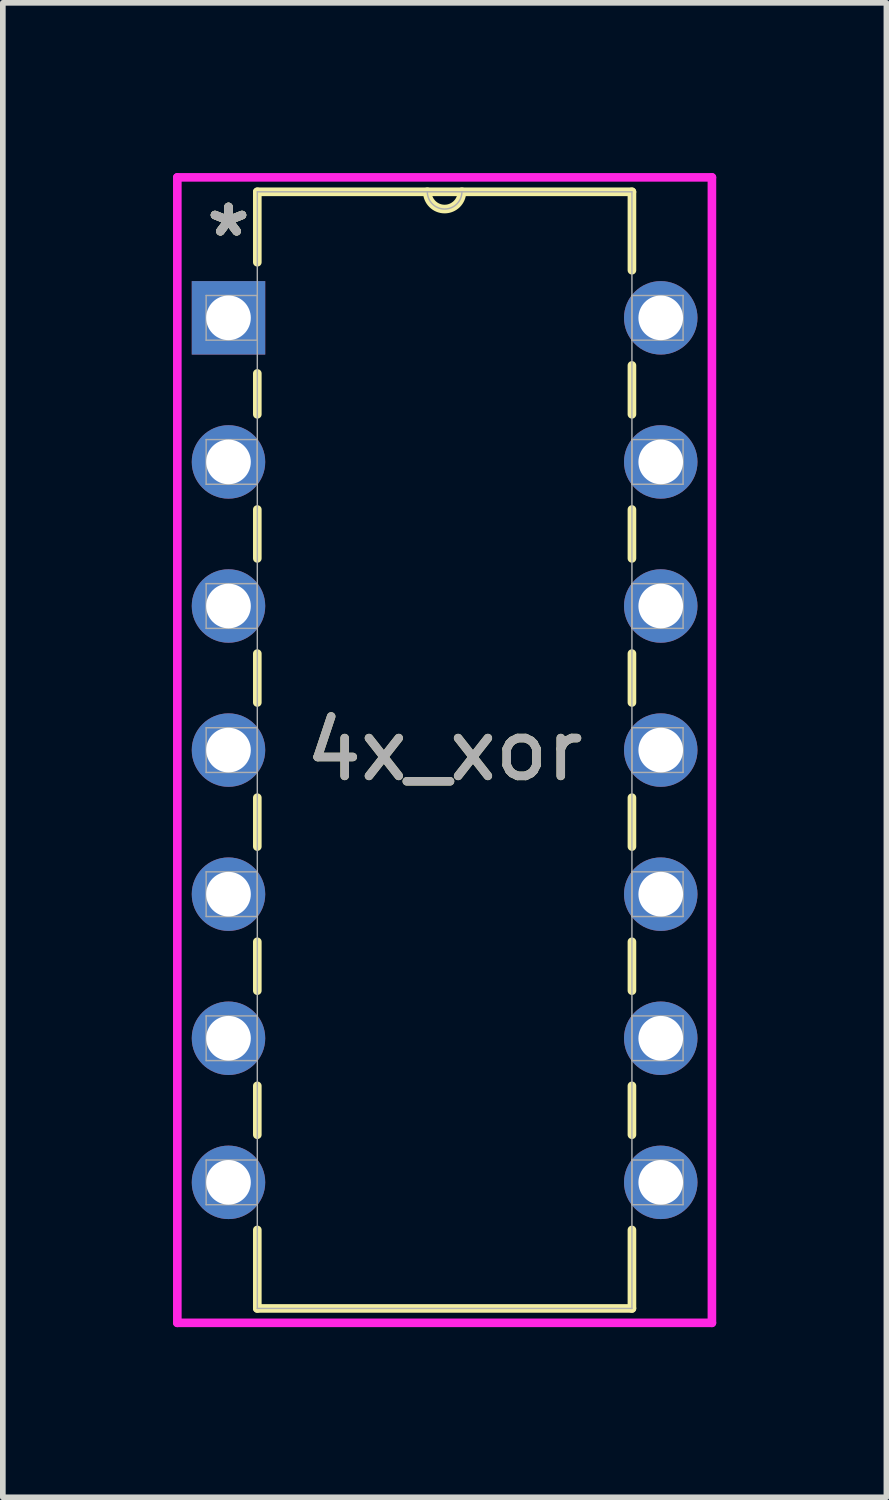
<source format=kicad_pcb>
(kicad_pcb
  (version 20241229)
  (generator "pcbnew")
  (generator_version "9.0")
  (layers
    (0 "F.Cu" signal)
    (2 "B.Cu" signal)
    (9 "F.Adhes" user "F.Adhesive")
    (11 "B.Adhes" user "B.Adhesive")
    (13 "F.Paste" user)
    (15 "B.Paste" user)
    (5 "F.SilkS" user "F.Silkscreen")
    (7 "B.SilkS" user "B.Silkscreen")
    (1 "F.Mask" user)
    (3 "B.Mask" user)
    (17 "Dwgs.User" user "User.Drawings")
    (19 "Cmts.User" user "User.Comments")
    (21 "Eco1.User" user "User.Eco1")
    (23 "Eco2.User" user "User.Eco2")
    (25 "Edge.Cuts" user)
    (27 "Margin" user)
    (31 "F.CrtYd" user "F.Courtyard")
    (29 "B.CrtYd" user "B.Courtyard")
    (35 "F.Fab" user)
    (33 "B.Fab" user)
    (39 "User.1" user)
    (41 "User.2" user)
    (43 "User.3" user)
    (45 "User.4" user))
  (footprint "4x_xor"
    (layer "F.Cu")
    (at 8.598 17.793)
    (property "Reference" "4x_xor" (at -3.81 -7.62 0) (unlocked yes) (layer "F.SilkS") (effects (font (size 1 1) (thickness 0.15))))
    (attr through_hole)
    (fp_line (start -7.112 -17.462) (end -7.112 -16.22) (stroke (width 0.152) (type solid)) (layer "F.SilkS"))
    (fp_line (start -7.112 -14.26) (end -7.112 -13.539) (stroke (width 0.152) (type solid)) (layer "F.SilkS"))
    (fp_line (start -7.112 -11.861) (end -7.112 -10.999) (stroke (width 0.152) (type solid)) (layer "F.SilkS"))
    (fp_line (start -7.112 -9.321) (end -7.112 -8.459) (stroke (width 0.152) (type solid)) (layer "F.SilkS"))
    (fp_line (start -7.112 -6.781) (end -7.112 -5.919) (stroke (width 0.152) (type solid)) (layer "F.SilkS"))
    (fp_line (start -7.112 -4.241) (end -7.112 -3.379) (stroke (width 0.152) (type solid)) (layer "F.SilkS"))
    (fp_line (start -7.112 -1.701) (end -7.112 -0.839) (stroke (width 0.152) (type solid)) (layer "F.SilkS"))
    (fp_line (start -7.112 0.839) (end -7.112 2.223) (stroke (width 0.152) (type solid)) (layer "F.SilkS"))
    (fp_line (start -7.112 2.223) (end -0.508 2.223) (stroke (width 0.152) (type solid)) (layer "F.SilkS"))
    (fp_line (start -0.508 -17.462) (end -7.112 -17.462) (stroke (width 0.152) (type solid)) (layer "F.SilkS"))
    (fp_line (start -0.508 -16.079) (end -0.508 -17.462) (stroke (width 0.152) (type solid)) (layer "F.SilkS"))
    (fp_line (start -0.508 -13.539) (end -0.508 -14.401) (stroke (width 0.152) (type solid)) (layer "F.SilkS"))
    (fp_line (start -0.508 -10.999) (end -0.508 -11.861) (stroke (width 0.152) (type solid)) (layer "F.SilkS"))
    (fp_line (start -0.508 -8.459) (end -0.508 -9.321) (stroke (width 0.152) (type solid)) (layer "F.SilkS"))
    (fp_line (start -0.508 -5.919) (end -0.508 -6.781) (stroke (width 0.152) (type solid)) (layer "F.SilkS"))
    (fp_line (start -0.508 -3.379) (end -0.508 -4.241) (stroke (width 0.152) (type solid)) (layer "F.SilkS"))
    (fp_line (start -0.508 -0.839) (end -0.508 -1.701) (stroke (width 0.152) (type solid)) (layer "F.SilkS"))
    (fp_line (start -0.508 2.223) (end -0.508 0.839) (stroke (width 0.152) (type solid)) (layer "F.SilkS"))
    (fp_arc (start -3.5052 -17.4625) (mid -3.81 -17.1577) (end -4.1148 -17.4625) (stroke (width 0.1524) (type solid)) (layer "F.SilkS"))
    (fp_line (start -8.522 -17.716) (end -8.522 2.477) (stroke (width 0.152) (type solid)) (layer "F.CrtYd"))
    (fp_line (start -8.522 2.477) (end 0.902 2.477) (stroke (width 0.152) (type solid)) (layer "F.CrtYd"))
    (fp_line (start 0.902 -17.716) (end -8.522 -17.716) (stroke (width 0.152) (type solid)) (layer "F.CrtYd"))
    (fp_line (start 0.902 2.477) (end 0.902 -17.716) (stroke (width 0.152) (type solid)) (layer "F.CrtYd"))
    (fp_line (start -8.014 -15.634) (end -8.014 -14.846) (stroke (width 0.025) (type solid)) (layer "F.Fab"))
    (fp_line (start -8.014 -14.846) (end -7.112 -14.846) (stroke (width 0.025) (type solid)) (layer "F.Fab"))
    (fp_line (start -8.014 -13.094) (end -8.014 -12.306) (stroke (width 0.025) (type solid)) (layer "F.Fab"))
    (fp_line (start -8.014 -12.306) (end -7.112 -12.306) (stroke (width 0.025) (type solid)) (layer "F.Fab"))
    (fp_line (start -8.014 -10.554) (end -8.014 -9.766) (stroke (width 0.025) (type solid)) (layer "F.Fab"))
    (fp_line (start -8.014 -9.766) (end -7.112 -9.766) (stroke (width 0.025) (type solid)) (layer "F.Fab"))
    (fp_line (start -8.014 -8.014) (end -8.014 -7.226) (stroke (width 0.025) (type solid)) (layer "F.Fab"))
    (fp_line (start -8.014 -7.226) (end -7.112 -7.226) (stroke (width 0.025) (type solid)) (layer "F.Fab"))
    (fp_line (start -8.014 -5.474) (end -8.014 -4.686) (stroke (width 0.025) (type solid)) (layer "F.Fab"))
    (fp_line (start -8.014 -4.686) (end -7.112 -4.686) (stroke (width 0.025) (type solid)) (layer "F.Fab"))
    (fp_line (start -8.014 -2.934) (end -8.014 -2.146) (stroke (width 0.025) (type solid)) (layer "F.Fab"))
    (fp_line (start -8.014 -2.146) (end -7.112 -2.146) (stroke (width 0.025) (type solid)) (layer "F.Fab"))
    (fp_line (start -8.014 -0.394) (end -8.014 0.394) (stroke (width 0.025) (type solid)) (layer "F.Fab"))
    (fp_line (start -8.014 0.394) (end -7.112 0.394) (stroke (width 0.025) (type solid)) (layer "F.Fab"))
    (fp_line (start -7.112 -17.462) (end -7.112 2.223) (stroke (width 0.025) (type solid)) (layer "F.Fab"))
    (fp_line (start -7.112 -15.634) (end -8.014 -15.634) (stroke (width 0.025) (type solid)) (layer "F.Fab"))
    (fp_line (start -7.112 -14.846) (end -7.112 -15.634) (stroke (width 0.025) (type solid)) (layer "F.Fab"))
    (fp_line (start -7.112 -13.094) (end -8.014 -13.094) (stroke (width 0.025) (type solid)) (layer "F.Fab"))
    (fp_line (start -7.112 -12.306) (end -7.112 -13.094) (stroke (width 0.025) (type solid)) (layer "F.Fab"))
    (fp_line (start -7.112 -10.554) (end -8.014 -10.554) (stroke (width 0.025) (type solid)) (layer "F.Fab"))
    (fp_line (start -7.112 -9.766) (end -7.112 -10.554) (stroke (width 0.025) (type solid)) (layer "F.Fab"))
    (fp_line (start -7.112 -8.014) (end -8.014 -8.014) (stroke (width 0.025) (type solid)) (layer "F.Fab"))
    (fp_line (start -7.112 -7.226) (end -7.112 -8.014) (stroke (width 0.025) (type solid)) (layer "F.Fab"))
    (fp_line (start -7.112 -5.474) (end -8.014 -5.474) (stroke (width 0.025) (type solid)) (layer "F.Fab"))
    (fp_line (start -7.112 -4.686) (end -7.112 -5.474) (stroke (width 0.025) (type solid)) (layer "F.Fab"))
    (fp_line (start -7.112 -2.934) (end -8.014 -2.934) (stroke (width 0.025) (type solid)) (layer "F.Fab"))
    (fp_line (start -7.112 -2.146) (end -7.112 -2.934) (stroke (width 0.025) (type solid)) (layer "F.Fab"))
    (fp_line (start -7.112 -0.394) (end -8.014 -0.394) (stroke (width 0.025) (type solid)) (layer "F.Fab"))
    (fp_line (start -7.112 0.394) (end -7.112 -0.394) (stroke (width 0.025) (type solid)) (layer "F.Fab"))
    (fp_line (start -7.112 2.223) (end -0.508 2.223) (stroke (width 0.025) (type solid)) (layer "F.Fab"))
    (fp_line (start -0.508 -17.462) (end -7.112 -17.462) (stroke (width 0.025) (type solid)) (layer "F.Fab"))
    (fp_line (start -0.508 -15.634) (end -0.508 -14.846) (stroke (width 0.025) (type solid)) (layer "F.Fab"))
    (fp_line (start -0.508 -14.846) (end 0.394 -14.846) (stroke (width 0.025) (type solid)) (layer "F.Fab"))
    (fp_line (start -0.508 -13.094) (end -0.508 -12.306) (stroke (width 0.025) (type solid)) (layer "F.Fab"))
    (fp_line (start -0.508 -12.306) (end 0.394 -12.306) (stroke (width 0.025) (type solid)) (layer "F.Fab"))
    (fp_line (start -0.508 -10.554) (end -0.508 -9.766) (stroke (width 0.025) (type solid)) (layer "F.Fab"))
    (fp_line (start -0.508 -9.766) (end 0.394 -9.766) (stroke (width 0.025) (type solid)) (layer "F.Fab"))
    (fp_line (start -0.508 -8.014) (end -0.508 -7.226) (stroke (width 0.025) (type solid)) (layer "F.Fab"))
    (fp_line (start -0.508 -7.226) (end 0.394 -7.226) (stroke (width 0.025) (type solid)) (layer "F.Fab"))
    (fp_line (start -0.508 -5.474) (end -0.508 -4.686) (stroke (width 0.025) (type solid)) (layer "F.Fab"))
    (fp_line (start -0.508 -4.686) (end 0.394 -4.686) (stroke (width 0.025) (type solid)) (layer "F.Fab"))
    (fp_line (start -0.508 -2.934) (end -0.508 -2.146) (stroke (width 0.025) (type solid)) (layer "F.Fab"))
    (fp_line (start -0.508 -2.146) (end 0.394 -2.146) (stroke (width 0.025) (type solid)) (layer "F.Fab"))
    (fp_line (start -0.508 -0.394) (end -0.508 0.394) (stroke (width 0.025) (type solid)) (layer "F.Fab"))
    (fp_line (start -0.508 0.394) (end 0.394 0.394) (stroke (width 0.025) (type solid)) (layer "F.Fab"))
    (fp_line (start -0.508 2.223) (end -0.508 -17.462) (stroke (width 0.025) (type solid)) (layer "F.Fab"))
    (fp_line (start 0.394 -15.634) (end -0.508 -15.634) (stroke (width 0.025) (type solid)) (layer "F.Fab"))
    (fp_line (start 0.394 -14.846) (end 0.394 -15.634) (stroke (width 0.025) (type solid)) (layer "F.Fab"))
    (fp_line (start 0.394 -13.094) (end -0.508 -13.094) (stroke (width 0.025) (type solid)) (layer "F.Fab"))
    (fp_line (start 0.394 -12.306) (end 0.394 -13.094) (stroke (width 0.025) (type solid)) (layer "F.Fab"))
    (fp_line (start 0.394 -10.554) (end -0.508 -10.554) (stroke (width 0.025) (type solid)) (layer "F.Fab"))
    (fp_line (start 0.394 -9.766) (end 0.394 -10.554) (stroke (width 0.025) (type solid)) (layer "F.Fab"))
    (fp_line (start 0.394 -8.014) (end -0.508 -8.014) (stroke (width 0.025) (type solid)) (layer "F.Fab"))
    (fp_line (start 0.394 -7.226) (end 0.394 -8.014) (stroke (width 0.025) (type solid)) (layer "F.Fab"))
    (fp_line (start 0.394 -5.474) (end -0.508 -5.474) (stroke (width 0.025) (type solid)) (layer "F.Fab"))
    (fp_line (start 0.394 -4.686) (end 0.394 -5.474) (stroke (width 0.025) (type solid)) (layer "F.Fab"))
    (fp_line (start 0.394 -2.934) (end -0.508 -2.934) (stroke (width 0.025) (type solid)) (layer "F.Fab"))
    (fp_line (start 0.394 -2.146) (end 0.394 -2.934) (stroke (width 0.025) (type solid)) (layer "F.Fab"))
    (fp_line (start 0.394 -0.394) (end -0.508 -0.394) (stroke (width 0.025) (type solid)) (layer "F.Fab"))
    (fp_line (start 0.394 0.394) (end 0.394 -0.394) (stroke (width 0.025) (type solid)) (layer "F.Fab"))
    (fp_arc (start -3.5052 -17.4625) (mid -3.81 -17.1577) (end -4.1148 -17.4625) (stroke (width 0.0254) (type solid)) (layer "F.Fab"))
    (fp_text user "*" (at -7.62 -16.65 0) (layer "F.SilkS") (effects (font (size 1 1) (thickness 0.15))))
    (fp_text user "*" (at -7.62 -16.65 0) (unlocked yes) (layer "F.SilkS") (effects (font (size 1 1) (thickness 0.15))))
    (fp_text user "*" (at -7.62 -16.65 0) (layer "F.Fab") (effects (font (size 1 1) (thickness 0.15))))
    (fp_text user "*" (at -7.62 -16.65 0) (unlocked yes) (layer "F.Fab") (effects (font (size 1 1) (thickness 0.15))))
    (fp_text user "${REFERENCE}" (at -3.81 -7.62 0) (unlocked yes) (layer "F.Fab") (effects (font (size 1 1) (thickness 0.15))))
    (pad "1" thru_hole rect (at -7.62 -15.24) (size 1.295 1.295) (drill 0.787) (layers "*.Cu" "*.Mask"))
    (pad "2" thru_hole circle (at -7.62 -12.7) (size 1.295 1.295) (drill 0.787) (layers "*.Cu" "*.Mask"))
    (pad "3" thru_hole circle (at -7.62 -10.16) (size 1.295 1.295) (drill 0.787) (layers "*.Cu" "*.Mask"))
    (pad "4" thru_hole circle (at -7.62 -7.62) (size 1.295 1.295) (drill 0.787) (layers "*.Cu" "*.Mask"))
    (pad "5" thru_hole circle (at -7.62 -5.08) (size 1.295 1.295) (drill 0.787) (layers "*.Cu" "*.Mask"))
    (pad "6" thru_hole circle (at -7.62 -2.54) (size 1.295 1.295) (drill 0.787) (layers "*.Cu" "*.Mask"))
    (pad "7" thru_hole circle (at -7.62 0) (size 1.295 1.295) (drill 0.787) (layers "*.Cu" "*.Mask"))
    (pad "8" thru_hole circle (at 0 0) (size 1.295 1.295) (drill 0.787) (layers "*.Cu" "*.Mask"))
    (pad "9" thru_hole circle (at 0 -2.54) (size 1.295 1.295) (drill 0.787) (layers "*.Cu" "*.Mask"))
    (pad "10" thru_hole circle (at 0 -5.08) (size 1.295 1.295) (drill 0.787) (layers "*.Cu" "*.Mask"))
    (pad "11" thru_hole circle (at 0 -7.62) (size 1.295 1.295) (drill 0.787) (layers "*.Cu" "*.Mask"))
    (pad "12" thru_hole circle (at 0 -10.16) (size 1.295 1.295) (drill 0.787) (layers "*.Cu" "*.Mask"))
    (pad "13" thru_hole circle (at 0 -12.7) (size 1.295 1.295) (drill 0.787) (layers "*.Cu" "*.Mask"))
    (pad "14" thru_hole circle (at 0 -15.24) (size 1.295 1.295) (drill 0.787) (layers "*.Cu" "*.Mask")))
  (gr_rect
    (start -3 -3)
    (end 12.576 23.345)
    (stroke (width 0.1) (type default))
    (fill no)
    (layer "Edge.Cuts")))
</source>
